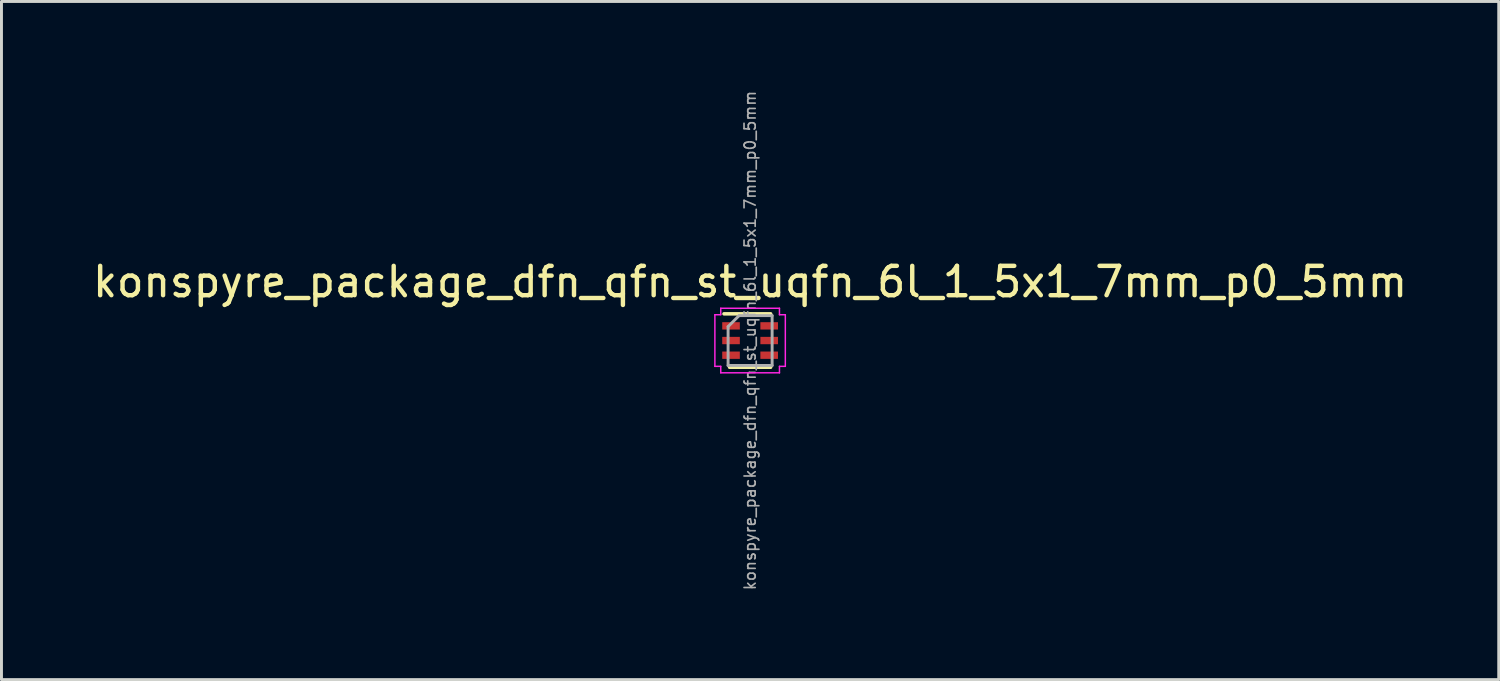
<source format=kicad_pcb>
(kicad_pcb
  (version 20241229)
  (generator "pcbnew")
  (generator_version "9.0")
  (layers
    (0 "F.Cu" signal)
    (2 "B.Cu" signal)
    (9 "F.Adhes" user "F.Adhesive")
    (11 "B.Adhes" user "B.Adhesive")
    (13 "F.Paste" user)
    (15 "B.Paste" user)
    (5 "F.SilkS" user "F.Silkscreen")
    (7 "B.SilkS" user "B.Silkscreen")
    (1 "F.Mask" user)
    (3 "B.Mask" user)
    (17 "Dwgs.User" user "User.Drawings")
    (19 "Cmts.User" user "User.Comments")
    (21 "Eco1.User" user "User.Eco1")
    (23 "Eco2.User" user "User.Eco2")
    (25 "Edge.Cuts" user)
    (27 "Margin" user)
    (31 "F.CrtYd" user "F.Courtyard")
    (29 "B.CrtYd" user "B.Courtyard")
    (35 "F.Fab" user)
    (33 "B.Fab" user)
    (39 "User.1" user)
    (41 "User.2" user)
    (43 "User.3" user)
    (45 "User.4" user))
  (footprint "konspyre_package_dfn_qfn_st_uqfn_6l_1_5x1_7mm_p0_5mm"
    (layer "F.Cu")
    (at 22.506 8.552)
    (property "Reference" "konspyre_package_dfn_qfn_st_uqfn_6l_1_5x1_7mm_p0_5mm" (at 0 -2 0) (layer "F.SilkS") (effects (font (size 1 1) (thickness 0.15))))
    (attr smd)
    (fp_line (start 0.7 -0.91) (end -0.89 -0.91) (stroke (width 0.12) (type solid)) (layer "F.SilkS"))
    (fp_line (start 0.7 0.91) (end -0.7 0.91) (stroke (width 0.12) (type solid)) (layer "F.SilkS"))
    (fp_line (start -1.2 0.88) (end -1.2 -0.88) (stroke (width 0.05) (type solid)) (layer "F.CrtYd"))
    (fp_line (start -1 -1.1) (end -1 -0.88) (stroke (width 0.05) (type solid)) (layer "F.CrtYd"))
    (fp_line (start -1 -0.88) (end -1.2 -0.88) (stroke (width 0.05) (type solid)) (layer "F.CrtYd"))
    (fp_line (start -1 0.88) (end -1.2 0.88) (stroke (width 0.05) (type solid)) (layer "F.CrtYd"))
    (fp_line (start -1 1.1) (end -1 0.88) (stroke (width 0.05) (type solid)) (layer "F.CrtYd"))
    (fp_line (start 1 -1.1) (end -1 -1.1) (stroke (width 0.05) (type solid)) (layer "F.CrtYd"))
    (fp_line (start 1 -1.1) (end 1 -0.88) (stroke (width 0.05) (type solid)) (layer "F.CrtYd"))
    (fp_line (start 1 -0.88) (end 1.2 -0.88) (stroke (width 0.05) (type solid)) (layer "F.CrtYd"))
    (fp_line (start 1 0.88) (end 1.2 0.88) (stroke (width 0.05) (type solid)) (layer "F.CrtYd"))
    (fp_line (start 1 1.1) (end -1 1.1) (stroke (width 0.05) (type solid)) (layer "F.CrtYd"))
    (fp_line (start 1 1.1) (end 1 0.88) (stroke (width 0.05) (type solid)) (layer "F.CrtYd"))
    (fp_line (start 1.2 0.88) (end 1.2 -0.88) (stroke (width 0.05) (type solid)) (layer "F.CrtYd"))
    (fp_line (start -0.75 0.85) (end -0.75 -0.475) (stroke (width 0.1) (type solid)) (layer "F.Fab"))
    (fp_line (start -0.375 -0.85) (end -0.75 -0.475) (stroke (width 0.1) (type solid)) (layer "F.Fab"))
    (fp_line (start 0.75 -0.85) (end -0.375 -0.85) (stroke (width 0.1) (type solid)) (layer "F.Fab"))
    (fp_line (start 0.75 -0.85) (end 0.75 0.85) (stroke (width 0.1) (type solid)) (layer "F.Fab"))
    (fp_line (start 0.75 0.85) (end -0.75 0.85) (stroke (width 0.1) (type solid)) (layer "F.Fab"))
    (fp_text user "${REFERENCE}" (at 0 0 90) (layer "F.Fab") (effects (font (size 0.38 0.38) (thickness 0.057))))
    (pad "1" smd rect (at -0.65 -0.5) (size 0.6 0.25) (layers "F.Cu" "F.Mask" "F.Paste"))
    (pad "2" smd rect (at -0.65 0) (size 0.6 0.25) (layers "F.Cu" "F.Mask" "F.Paste"))
    (pad "3" smd rect (at -0.65 0.5) (size 0.6 0.25) (layers "F.Cu" "F.Mask" "F.Paste"))
    (pad "4" smd rect (at 0.65 0.5) (size 0.6 0.25) (layers "F.Cu" "F.Mask" "F.Paste"))
    (pad "5" smd rect (at 0.65 0) (size 0.6 0.25) (layers "F.Cu" "F.Mask" "F.Paste"))
    (pad "6" smd rect (at 0.65 -0.5) (size 0.6 0.25) (layers "F.Cu" "F.Mask" "F.Paste")))
  (gr_rect
    (start -3 -3)
    (end 48.012 20.105)
    (stroke (width 0.1) (type default))
    (fill no)
    (layer "Edge.Cuts")))
</source>
